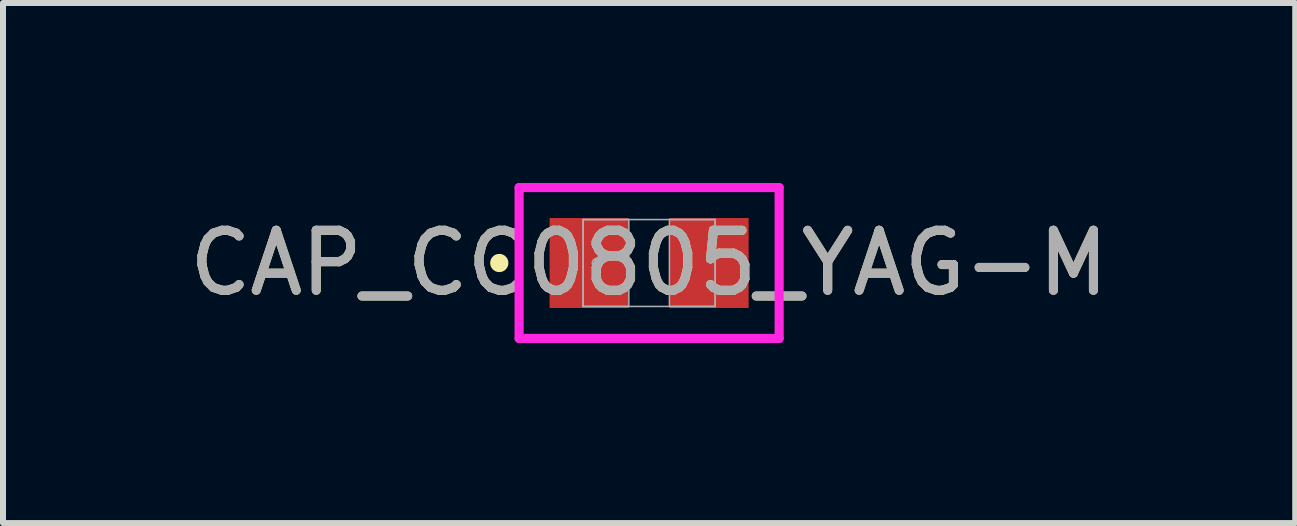
<source format=kicad_pcb>
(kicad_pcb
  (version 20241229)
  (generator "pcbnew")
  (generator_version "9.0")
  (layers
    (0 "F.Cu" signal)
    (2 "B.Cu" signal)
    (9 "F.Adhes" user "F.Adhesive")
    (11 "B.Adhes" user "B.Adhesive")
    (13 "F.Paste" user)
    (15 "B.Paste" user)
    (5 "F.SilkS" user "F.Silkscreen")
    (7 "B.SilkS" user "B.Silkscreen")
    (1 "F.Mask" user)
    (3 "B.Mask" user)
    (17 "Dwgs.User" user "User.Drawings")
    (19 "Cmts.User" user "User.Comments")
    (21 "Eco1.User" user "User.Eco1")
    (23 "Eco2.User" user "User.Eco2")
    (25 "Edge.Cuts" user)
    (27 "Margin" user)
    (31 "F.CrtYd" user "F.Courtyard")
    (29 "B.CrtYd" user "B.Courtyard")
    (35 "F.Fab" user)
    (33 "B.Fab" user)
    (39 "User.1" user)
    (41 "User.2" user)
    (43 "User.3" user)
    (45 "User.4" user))
  (footprint "CAP_CC0805_YAG-M"
    (layer "F.Cu")
    (at 7.768 1.333)
    (property "Reference" "CAP_CC0805_YAG-M" (at 0 0 0) (unlocked yes) (layer "F.SilkS") (effects (font (size 1 1) (thickness 0.15))))
    (attr smd)
    (fp_circle (center -2.497 0) (end -2.421 0) (stroke (width 0.152) (type solid)) (fill no) (layer "F.SilkS"))
    (fp_line (start -2.167 -1.257) (end 2.167 -1.257) (stroke (width 0.152) (type solid)) (layer "F.CrtYd"))
    (fp_line (start -2.167 1.257) (end -2.167 -1.257) (stroke (width 0.152) (type solid)) (layer "F.CrtYd"))
    (fp_line (start 2.167 -1.257) (end 2.167 1.257) (stroke (width 0.152) (type solid)) (layer "F.CrtYd"))
    (fp_line (start 2.167 1.257) (end -2.167 1.257) (stroke (width 0.152) (type solid)) (layer "F.CrtYd"))
    (fp_line (start -1.1 -0.724) (end -1.1 0.724) (stroke (width 0.025) (type solid)) (layer "F.Fab"))
    (fp_line (start -1.1 -0.724) (end -1.1 0.724) (stroke (width 0.025) (type solid)) (layer "F.Fab"))
    (fp_line (start -1.1 0.724) (end -0.338 0.724) (stroke (width 0.025) (type solid)) (layer "F.Fab"))
    (fp_line (start -1.1 0.724) (end 1.1 0.724) (stroke (width 0.025) (type solid)) (layer "F.Fab"))
    (fp_line (start -0.338 -0.724) (end -1.1 -0.724) (stroke (width 0.025) (type solid)) (layer "F.Fab"))
    (fp_line (start -0.338 0.724) (end -0.338 -0.724) (stroke (width 0.025) (type solid)) (layer "F.Fab"))
    (fp_line (start 0.338 -0.724) (end 0.338 0.724) (stroke (width 0.025) (type solid)) (layer "F.Fab"))
    (fp_line (start 0.338 0.724) (end 1.1 0.724) (stroke (width 0.025) (type solid)) (layer "F.Fab"))
    (fp_line (start 1.1 -0.724) (end -1.1 -0.724) (stroke (width 0.025) (type solid)) (layer "F.Fab"))
    (fp_line (start 1.1 -0.724) (end 0.338 -0.724) (stroke (width 0.025) (type solid)) (layer "F.Fab"))
    (fp_line (start 1.1 0.724) (end 1.1 -0.724) (stroke (width 0.025) (type solid)) (layer "F.Fab"))
    (fp_line (start 1.1 0.724) (end 1.1 -0.724) (stroke (width 0.025) (type solid)) (layer "F.Fab"))
    (fp_circle (center -0.871 0) (end -0.795 0) (stroke (width 0.025) (type solid)) (fill no) (layer "F.Fab"))
    (fp_text user "${REFERENCE}" (at 0 0 0) (unlocked yes) (layer "F.Fab") (effects (font (size 1 1) (thickness 0.15))))
    (pad "1" smd rect (at -0.998 0) (size 1.321 1.499) (layers "F.Cu" "F.Mask" "F.Paste"))
    (pad "2" smd rect (at 0.998 0) (size 1.321 1.499) (layers "F.Cu" "F.Mask" "F.Paste"))
    (zone (net_name "") (layer "F.Cu") (hatch full 0.508) (connect_pads) (min_thickness 0.254) (filled_areas_thickness no) (keepout (tracks not_allowed) (vias not_allowed) (pads allowed) (copperpour not_allowed) (footprints allowed)) (placement (enabled no)) (fill) (polygon (pts (xy 7.481 0.66) (xy 8.055 0.66) (xy 8.055 2.007) (xy 7.481 2.007)))))
  (gr_rect
    (start -3 -3)
    (end 18.536 5.667)
    (stroke (width 0.1) (type default))
    (fill no)
    (layer "Edge.Cuts")))
</source>
